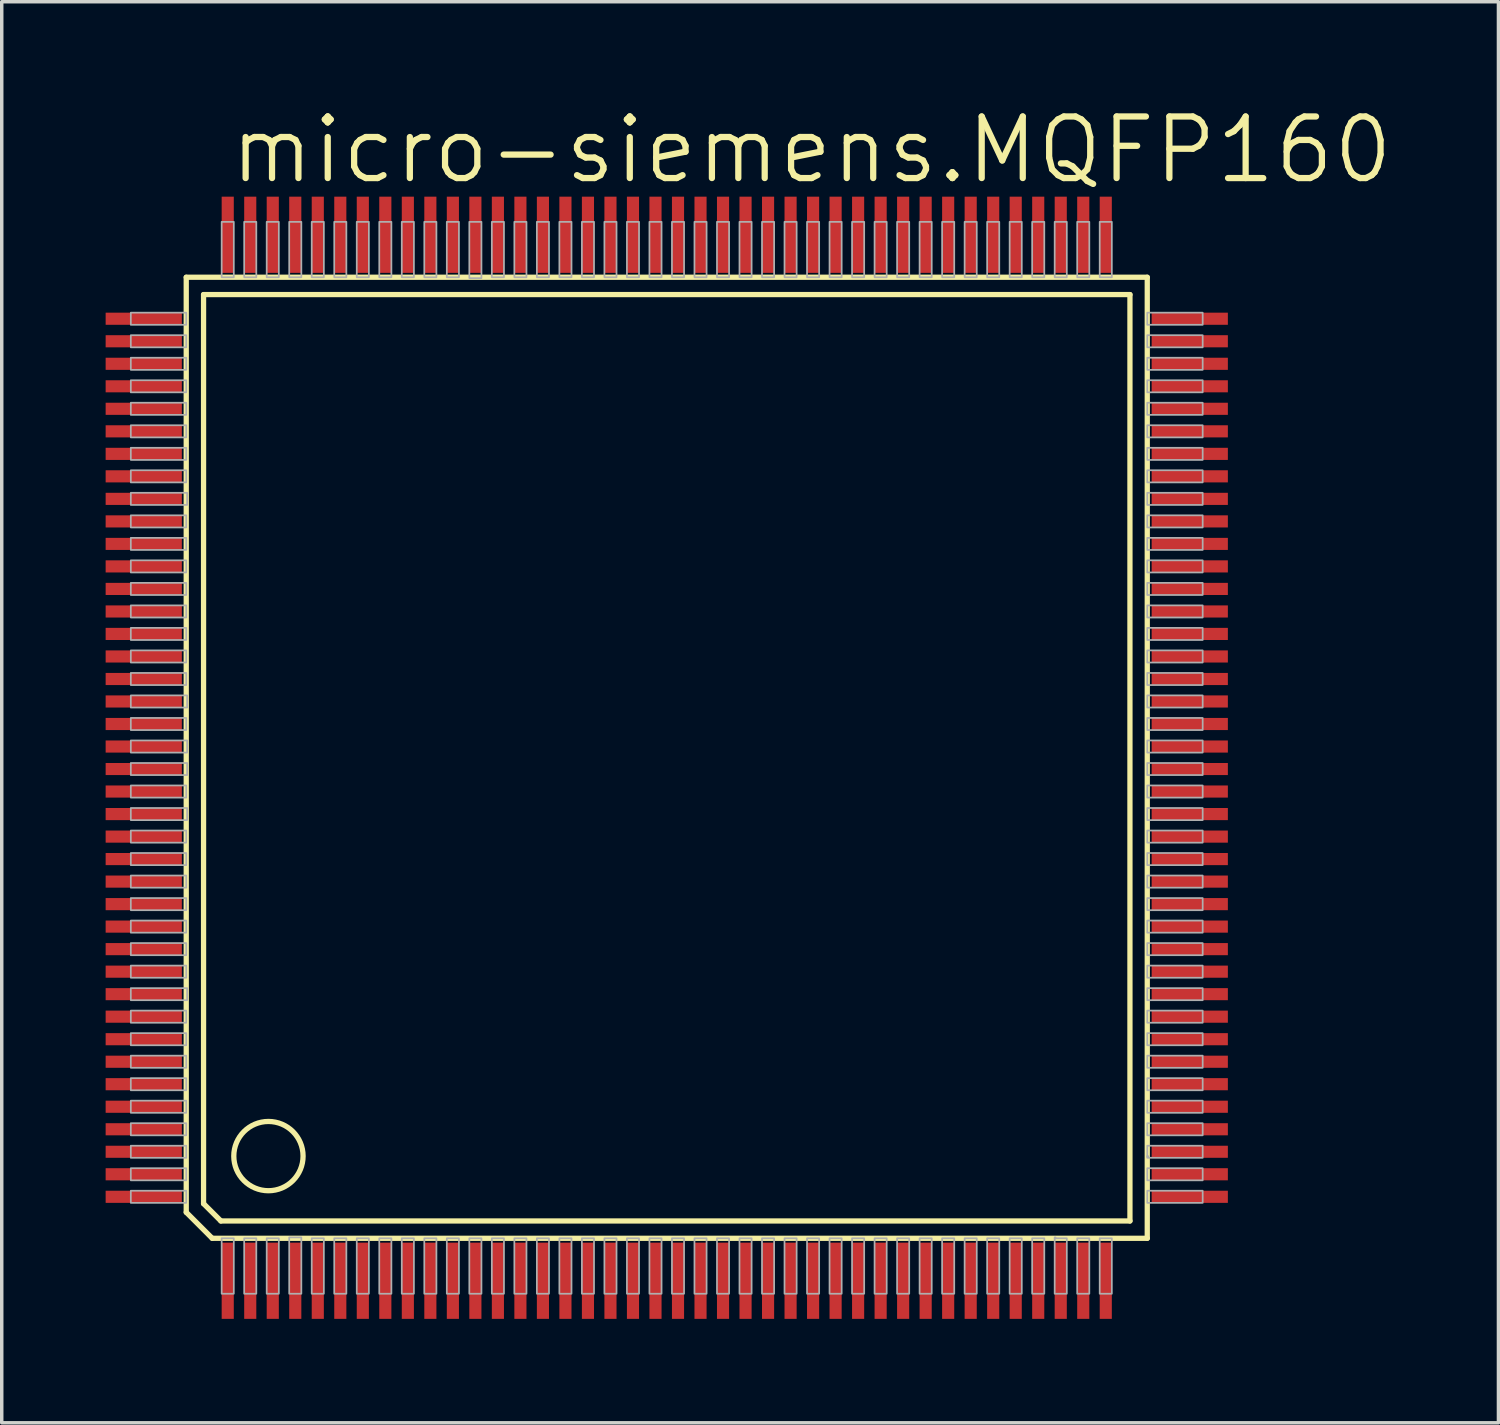
<source format=kicad_pcb>
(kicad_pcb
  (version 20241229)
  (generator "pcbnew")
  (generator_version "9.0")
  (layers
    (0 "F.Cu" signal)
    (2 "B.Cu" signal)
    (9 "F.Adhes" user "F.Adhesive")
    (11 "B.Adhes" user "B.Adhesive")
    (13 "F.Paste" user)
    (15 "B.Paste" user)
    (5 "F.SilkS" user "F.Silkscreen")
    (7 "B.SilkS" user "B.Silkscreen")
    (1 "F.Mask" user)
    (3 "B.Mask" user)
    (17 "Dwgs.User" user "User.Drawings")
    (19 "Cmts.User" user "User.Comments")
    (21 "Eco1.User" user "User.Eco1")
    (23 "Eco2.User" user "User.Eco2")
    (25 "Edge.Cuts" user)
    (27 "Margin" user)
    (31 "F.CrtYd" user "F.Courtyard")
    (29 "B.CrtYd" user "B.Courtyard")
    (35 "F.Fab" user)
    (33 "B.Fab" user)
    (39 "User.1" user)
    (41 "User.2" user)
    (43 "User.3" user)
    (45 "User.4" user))
  (footprint "micro-siemens.MQFP160"
    (layer "F.Cu")
    (at 16.2 18.828)
    (property "Reference" "micro-siemens.MQFP160" (at -12.7 -16.51 0) (layer "F.SilkS") (effects (font (size 1.778 1.778) (thickness 0.18)) (justify left bottom)))
    (attr smd)
    (fp_line (start -13.873 -13.873) (end -13.873 13.123) (stroke (width 0.152) (type default)) (layer "F.SilkS"))
    (fp_line (start -13.873 13.123) (end -13.123 13.873) (stroke (width 0.152) (type default)) (layer "F.SilkS"))
    (fp_line (start -13.373 -13.373) (end 13.373 -13.373) (stroke (width 0.152) (type default)) (layer "F.SilkS"))
    (fp_line (start -13.373 12.873) (end -13.373 -13.373) (stroke (width 0.152) (type default)) (layer "F.SilkS"))
    (fp_line (start -13.123 13.873) (end 13.873 13.873) (stroke (width 0.152) (type default)) (layer "F.SilkS"))
    (fp_line (start -12.873 13.373) (end -13.373 12.873) (stroke (width 0.152) (type default)) (layer "F.SilkS"))
    (fp_line (start 13.373 -13.373) (end 13.373 13.373) (stroke (width 0.152) (type default)) (layer "F.SilkS"))
    (fp_line (start 13.373 13.373) (end -12.873 13.373) (stroke (width 0.152) (type default)) (layer "F.SilkS"))
    (fp_line (start 13.873 -13.873) (end -13.873 -13.873) (stroke (width 0.152) (type default)) (layer "F.SilkS"))
    (fp_line (start 13.873 13.873) (end 13.873 -13.873) (stroke (width 0.152) (type default)) (layer "F.SilkS"))
    (fp_circle (center -11.5 11.5) (end -10.5 11.5) (stroke (width 0.152) (type default)) (fill no) (layer "F.SilkS"))
    (fp_rect (start -15.473 -12.5) (end -13.873 -12.85) (stroke (width 0.05) (type default)) (fill no) (layer "F.Fab"))
    (fp_rect (start -15.473 -11.85) (end -13.873 -12.2) (stroke (width 0.05) (type default)) (fill no) (layer "F.Fab"))
    (fp_rect (start -15.473 -11.2) (end -13.873 -11.55) (stroke (width 0.05) (type default)) (fill no) (layer "F.Fab"))
    (fp_rect (start -15.473 -10.55) (end -13.873 -10.9) (stroke (width 0.05) (type default)) (fill no) (layer "F.Fab"))
    (fp_rect (start -15.473 -9.9) (end -13.873 -10.25) (stroke (width 0.05) (type default)) (fill no) (layer "F.Fab"))
    (fp_rect (start -15.473 -9.25) (end -13.873 -9.6) (stroke (width 0.05) (type default)) (fill no) (layer "F.Fab"))
    (fp_rect (start -15.473 -8.6) (end -13.873 -8.95) (stroke (width 0.05) (type default)) (fill no) (layer "F.Fab"))
    (fp_rect (start -15.473 -7.95) (end -13.873 -8.3) (stroke (width 0.05) (type default)) (fill no) (layer "F.Fab"))
    (fp_rect (start -15.473 -7.3) (end -13.848 -7.65) (stroke (width 0.05) (type default)) (fill no) (layer "F.Fab"))
    (fp_rect (start -15.473 -6.65) (end -13.873 -7) (stroke (width 0.05) (type default)) (fill no) (layer "F.Fab"))
    (fp_rect (start -15.473 -6) (end -13.873 -6.35) (stroke (width 0.05) (type default)) (fill no) (layer "F.Fab"))
    (fp_rect (start -15.473 -5.35) (end -13.873 -5.7) (stroke (width 0.05) (type default)) (fill no) (layer "F.Fab"))
    (fp_rect (start -15.473 -4.7) (end -13.873 -5.05) (stroke (width 0.05) (type default)) (fill no) (layer "F.Fab"))
    (fp_rect (start -15.473 -4.05) (end -13.873 -4.4) (stroke (width 0.05) (type default)) (fill no) (layer "F.Fab"))
    (fp_rect (start -15.473 -3.4) (end -13.873 -3.75) (stroke (width 0.05) (type default)) (fill no) (layer "F.Fab"))
    (fp_rect (start -15.473 -2.75) (end -13.873 -3.1) (stroke (width 0.05) (type default)) (fill no) (layer "F.Fab"))
    (fp_rect (start -15.473 -2.1) (end -13.873 -2.45) (stroke (width 0.05) (type default)) (fill no) (layer "F.Fab"))
    (fp_rect (start -15.473 -1.45) (end -13.848 -1.8) (stroke (width 0.05) (type default)) (fill no) (layer "F.Fab"))
    (fp_rect (start -15.473 -0.8) (end -13.873 -1.15) (stroke (width 0.05) (type default)) (fill no) (layer "F.Fab"))
    (fp_rect (start -15.473 -0.15) (end -13.848 -0.5) (stroke (width 0.05) (type default)) (fill no) (layer "F.Fab"))
    (fp_rect (start -15.473 0.5) (end -13.848 0.15) (stroke (width 0.05) (type default)) (fill no) (layer "F.Fab"))
    (fp_rect (start -15.473 1.15) (end -13.873 0.8) (stroke (width 0.05) (type default)) (fill no) (layer "F.Fab"))
    (fp_rect (start -15.473 1.8) (end -13.848 1.45) (stroke (width 0.05) (type default)) (fill no) (layer "F.Fab"))
    (fp_rect (start -15.473 2.45) (end -13.873 2.1) (stroke (width 0.05) (type default)) (fill no) (layer "F.Fab"))
    (fp_rect (start -15.473 3.1) (end -13.873 2.75) (stroke (width 0.05) (type default)) (fill no) (layer "F.Fab"))
    (fp_rect (start -15.473 3.75) (end -13.873 3.4) (stroke (width 0.05) (type default)) (fill no) (layer "F.Fab"))
    (fp_rect (start -15.473 4.4) (end -13.873 4.05) (stroke (width 0.05) (type default)) (fill no) (layer "F.Fab"))
    (fp_rect (start -15.473 5.05) (end -13.873 4.7) (stroke (width 0.05) (type default)) (fill no) (layer "F.Fab"))
    (fp_rect (start -15.473 5.7) (end -13.873 5.35) (stroke (width 0.05) (type default)) (fill no) (layer "F.Fab"))
    (fp_rect (start -15.473 6.35) (end -13.873 6) (stroke (width 0.05) (type default)) (fill no) (layer "F.Fab"))
    (fp_rect (start -15.473 7) (end -13.848 6.65) (stroke (width 0.05) (type default)) (fill no) (layer "F.Fab"))
    (fp_rect (start -15.473 7.65) (end -13.873 7.3) (stroke (width 0.05) (type default)) (fill no) (layer "F.Fab"))
    (fp_rect (start -15.473 8.3) (end -13.873 7.95) (stroke (width 0.05) (type default)) (fill no) (layer "F.Fab"))
    (fp_rect (start -15.473 8.95) (end -13.873 8.6) (stroke (width 0.05) (type default)) (fill no) (layer "F.Fab"))
    (fp_rect (start -15.473 9.6) (end -13.873 9.25) (stroke (width 0.05) (type default)) (fill no) (layer "F.Fab"))
    (fp_rect (start -15.473 10.25) (end -13.873 9.9) (stroke (width 0.05) (type default)) (fill no) (layer "F.Fab"))
    (fp_rect (start -15.473 10.9) (end -13.873 10.55) (stroke (width 0.05) (type default)) (fill no) (layer "F.Fab"))
    (fp_rect (start -15.473 11.55) (end -13.873 11.2) (stroke (width 0.05) (type default)) (fill no) (layer "F.Fab"))
    (fp_rect (start -15.473 12.2) (end -13.873 11.85) (stroke (width 0.05) (type default)) (fill no) (layer "F.Fab"))
    (fp_rect (start -15.473 12.85) (end -13.873 12.5) (stroke (width 0.05) (type default)) (fill no) (layer "F.Fab"))
    (fp_rect (start -12.85 -13.873) (end -12.5 -15.473) (stroke (width 0.05) (type default)) (fill no) (layer "F.Fab"))
    (fp_rect (start -12.85 15.473) (end -12.5 13.873) (stroke (width 0.05) (type default)) (fill no) (layer "F.Fab"))
    (fp_rect (start -12.2 -13.873) (end -11.85 -15.473) (stroke (width 0.05) (type default)) (fill no) (layer "F.Fab"))
    (fp_rect (start -12.2 15.473) (end -11.85 13.873) (stroke (width 0.05) (type default)) (fill no) (layer "F.Fab"))
    (fp_rect (start -11.55 -13.873) (end -11.2 -15.473) (stroke (width 0.05) (type default)) (fill no) (layer "F.Fab"))
    (fp_rect (start -11.55 15.473) (end -11.2 13.873) (stroke (width 0.05) (type default)) (fill no) (layer "F.Fab"))
    (fp_rect (start -10.9 -13.873) (end -10.55 -15.473) (stroke (width 0.05) (type default)) (fill no) (layer "F.Fab"))
    (fp_rect (start -10.9 15.473) (end -10.55 13.848) (stroke (width 0.05) (type default)) (fill no) (layer "F.Fab"))
    (fp_rect (start -10.25 -13.873) (end -9.9 -15.473) (stroke (width 0.05) (type default)) (fill no) (layer "F.Fab"))
    (fp_rect (start -10.25 15.473) (end -9.9 13.873) (stroke (width 0.05) (type default)) (fill no) (layer "F.Fab"))
    (fp_rect (start -9.6 -13.873) (end -9.25 -15.473) (stroke (width 0.05) (type default)) (fill no) (layer "F.Fab"))
    (fp_rect (start -9.6 15.473) (end -9.25 13.873) (stroke (width 0.05) (type default)) (fill no) (layer "F.Fab"))
    (fp_rect (start -8.95 -13.873) (end -8.6 -15.473) (stroke (width 0.05) (type default)) (fill no) (layer "F.Fab"))
    (fp_rect (start -8.95 15.473) (end -8.6 13.873) (stroke (width 0.05) (type default)) (fill no) (layer "F.Fab"))
    (fp_rect (start -8.3 -13.873) (end -7.95 -15.473) (stroke (width 0.05) (type default)) (fill no) (layer "F.Fab"))
    (fp_rect (start -8.3 15.473) (end -7.95 13.873) (stroke (width 0.05) (type default)) (fill no) (layer "F.Fab"))
    (fp_rect (start -7.65 -13.873) (end -7.3 -15.473) (stroke (width 0.05) (type default)) (fill no) (layer "F.Fab"))
    (fp_rect (start -7.65 15.473) (end -7.3 13.873) (stroke (width 0.05) (type default)) (fill no) (layer "F.Fab"))
    (fp_rect (start -7 -13.873) (end -6.65 -15.473) (stroke (width 0.05) (type default)) (fill no) (layer "F.Fab"))
    (fp_rect (start -7 15.473) (end -6.65 13.873) (stroke (width 0.05) (type default)) (fill no) (layer "F.Fab"))
    (fp_rect (start -6.35 -13.873) (end -6 -15.473) (stroke (width 0.05) (type default)) (fill no) (layer "F.Fab"))
    (fp_rect (start -6.35 15.473) (end -6 13.873) (stroke (width 0.05) (type default)) (fill no) (layer "F.Fab"))
    (fp_rect (start -5.7 -13.848) (end -5.35 -15.473) (stroke (width 0.05) (type default)) (fill no) (layer "F.Fab"))
    (fp_rect (start -5.7 15.473) (end -5.35 13.873) (stroke (width 0.05) (type default)) (fill no) (layer "F.Fab"))
    (fp_rect (start -5.05 -13.873) (end -4.7 -15.473) (stroke (width 0.05) (type default)) (fill no) (layer "F.Fab"))
    (fp_rect (start -5.05 15.473) (end -4.7 13.873) (stroke (width 0.05) (type default)) (fill no) (layer "F.Fab"))
    (fp_rect (start -4.4 -13.873) (end -4.05 -15.473) (stroke (width 0.05) (type default)) (fill no) (layer "F.Fab"))
    (fp_rect (start -4.4 15.473) (end -4.05 13.873) (stroke (width 0.05) (type default)) (fill no) (layer "F.Fab"))
    (fp_rect (start -3.75 -13.873) (end -3.4 -15.473) (stroke (width 0.05) (type default)) (fill no) (layer "F.Fab"))
    (fp_rect (start -3.75 15.473) (end -3.4 13.873) (stroke (width 0.05) (type default)) (fill no) (layer "F.Fab"))
    (fp_rect (start -3.1 -13.873) (end -2.75 -15.473) (stroke (width 0.05) (type default)) (fill no) (layer "F.Fab"))
    (fp_rect (start -3.1 15.473) (end -2.75 13.873) (stroke (width 0.05) (type default)) (fill no) (layer "F.Fab"))
    (fp_rect (start -2.45 -13.873) (end -2.1 -15.473) (stroke (width 0.05) (type default)) (fill no) (layer "F.Fab"))
    (fp_rect (start -2.45 15.473) (end -2.1 13.873) (stroke (width 0.05) (type default)) (fill no) (layer "F.Fab"))
    (fp_rect (start -1.8 -13.873) (end -1.45 -15.473) (stroke (width 0.05) (type default)) (fill no) (layer "F.Fab"))
    (fp_rect (start -1.8 15.473) (end -1.45 13.873) (stroke (width 0.05) (type default)) (fill no) (layer "F.Fab"))
    (fp_rect (start -1.15 -13.873) (end -0.8 -15.473) (stroke (width 0.05) (type default)) (fill no) (layer "F.Fab"))
    (fp_rect (start -1.15 15.473) (end -0.8 13.873) (stroke (width 0.05) (type default)) (fill no) (layer "F.Fab"))
    (fp_rect (start -0.5 -13.873) (end -0.15 -15.473) (stroke (width 0.05) (type default)) (fill no) (layer "F.Fab"))
    (fp_rect (start -0.5 15.473) (end -0.15 13.873) (stroke (width 0.05) (type default)) (fill no) (layer "F.Fab"))
    (fp_rect (start 0.15 -13.873) (end 0.5 -15.473) (stroke (width 0.05) (type default)) (fill no) (layer "F.Fab"))
    (fp_rect (start 0.15 15.473) (end 0.5 13.873) (stroke (width 0.05) (type default)) (fill no) (layer "F.Fab"))
    (fp_rect (start 0.8 -13.873) (end 1.15 -15.473) (stroke (width 0.05) (type default)) (fill no) (layer "F.Fab"))
    (fp_rect (start 0.8 15.473) (end 1.15 13.873) (stroke (width 0.05) (type default)) (fill no) (layer "F.Fab"))
    (fp_rect (start 1.45 -13.873) (end 1.8 -15.473) (stroke (width 0.05) (type default)) (fill no) (layer "F.Fab"))
    (fp_rect (start 1.45 15.473) (end 1.8 13.873) (stroke (width 0.05) (type default)) (fill no) (layer "F.Fab"))
    (fp_rect (start 2.1 -13.873) (end 2.45 -15.473) (stroke (width 0.05) (type default)) (fill no) (layer "F.Fab"))
    (fp_rect (start 2.1 15.473) (end 2.45 13.873) (stroke (width 0.05) (type default)) (fill no) (layer "F.Fab"))
    (fp_rect (start 2.75 -13.873) (end 3.1 -15.473) (stroke (width 0.05) (type default)) (fill no) (layer "F.Fab"))
    (fp_rect (start 2.75 15.473) (end 3.1 13.873) (stroke (width 0.05) (type default)) (fill no) (layer "F.Fab"))
    (fp_rect (start 3.4 -13.873) (end 3.75 -15.473) (stroke (width 0.05) (type default)) (fill no) (layer "F.Fab"))
    (fp_rect (start 3.4 15.473) (end 3.75 13.873) (stroke (width 0.05) (type default)) (fill no) (layer "F.Fab"))
    (fp_rect (start 4.05 -13.873) (end 4.4 -15.473) (stroke (width 0.05) (type default)) (fill no) (layer "F.Fab"))
    (fp_rect (start 4.05 15.473) (end 4.4 13.873) (stroke (width 0.05) (type default)) (fill no) (layer "F.Fab"))
    (fp_rect (start 4.7 -13.873) (end 5.05 -15.473) (stroke (width 0.05) (type default)) (fill no) (layer "F.Fab"))
    (fp_rect (start 4.7 15.473) (end 5.05 13.873) (stroke (width 0.05) (type default)) (fill no) (layer "F.Fab"))
    (fp_rect (start 5.35 -13.873) (end 5.7 -15.473) (stroke (width 0.05) (type default)) (fill no) (layer "F.Fab"))
    (fp_rect (start 5.35 15.473) (end 5.7 13.873) (stroke (width 0.05) (type default)) (fill no) (layer "F.Fab"))
    (fp_rect (start 6 -13.873) (end 6.35 -15.473) (stroke (width 0.05) (type default)) (fill no) (layer "F.Fab"))
    (fp_rect (start 6 15.473) (end 6.35 13.873) (stroke (width 0.05) (type default)) (fill no) (layer "F.Fab"))
    (fp_rect (start 6.65 -13.873) (end 7 -15.473) (stroke (width 0.05) (type default)) (fill no) (layer "F.Fab"))
    (fp_rect (start 6.65 15.473) (end 7 13.873) (stroke (width 0.05) (type default)) (fill no) (layer "F.Fab"))
    (fp_rect (start 7.3 -13.873) (end 7.65 -15.473) (stroke (width 0.05) (type default)) (fill no) (layer "F.Fab"))
    (fp_rect (start 7.3 15.473) (end 7.65 13.873) (stroke (width 0.05) (type default)) (fill no) (layer "F.Fab"))
    (fp_rect (start 7.95 -13.873) (end 8.3 -15.473) (stroke (width 0.05) (type default)) (fill no) (layer "F.Fab"))
    (fp_rect (start 7.95 15.473) (end 8.3 13.873) (stroke (width 0.05) (type default)) (fill no) (layer "F.Fab"))
    (fp_rect (start 8.6 -13.873) (end 8.95 -15.473) (stroke (width 0.05) (type default)) (fill no) (layer "F.Fab"))
    (fp_rect (start 8.6 15.473) (end 8.95 13.873) (stroke (width 0.05) (type default)) (fill no) (layer "F.Fab"))
    (fp_rect (start 9.25 -13.873) (end 9.6 -15.473) (stroke (width 0.05) (type default)) (fill no) (layer "F.Fab"))
    (fp_rect (start 9.25 15.473) (end 9.6 13.873) (stroke (width 0.05) (type default)) (fill no) (layer "F.Fab"))
    (fp_rect (start 9.9 -13.873) (end 10.25 -15.473) (stroke (width 0.05) (type default)) (fill no) (layer "F.Fab"))
    (fp_rect (start 9.9 15.473) (end 10.25 13.873) (stroke (width 0.05) (type default)) (fill no) (layer "F.Fab"))
    (fp_rect (start 10.55 -13.873) (end 10.9 -15.473) (stroke (width 0.05) (type default)) (fill no) (layer "F.Fab"))
    (fp_rect (start 10.55 15.473) (end 10.9 13.873) (stroke (width 0.05) (type default)) (fill no) (layer "F.Fab"))
    (fp_rect (start 11.2 -13.873) (end 11.55 -15.473) (stroke (width 0.05) (type default)) (fill no) (layer "F.Fab"))
    (fp_rect (start 11.2 13.873) (end 11.225 13.848) (stroke (width 0.05) (type default)) (fill no) (layer "F.Fab"))
    (fp_rect (start 11.2 15.473) (end 11.55 13.873) (stroke (width 0.05) (type default)) (fill no) (layer "F.Fab"))
    (fp_rect (start 11.85 -13.873) (end 12.2 -15.473) (stroke (width 0.05) (type default)) (fill no) (layer "F.Fab"))
    (fp_rect (start 11.85 15.473) (end 12.2 13.873) (stroke (width 0.05) (type default)) (fill no) (layer "F.Fab"))
    (fp_rect (start 12.5 -13.873) (end 12.85 -15.473) (stroke (width 0.05) (type default)) (fill no) (layer "F.Fab"))
    (fp_rect (start 12.5 15.473) (end 12.85 13.873) (stroke (width 0.05) (type default)) (fill no) (layer "F.Fab"))
    (fp_rect (start 13.873 -12.5) (end 15.473 -12.85) (stroke (width 0.05) (type default)) (fill no) (layer "F.Fab"))
    (fp_rect (start 13.873 -11.85) (end 15.473 -12.2) (stroke (width 0.05) (type default)) (fill no) (layer "F.Fab"))
    (fp_rect (start 13.873 -11.2) (end 15.473 -11.55) (stroke (width 0.05) (type default)) (fill no) (layer "F.Fab"))
    (fp_rect (start 13.873 -10.55) (end 15.473 -10.9) (stroke (width 0.05) (type default)) (fill no) (layer "F.Fab"))
    (fp_rect (start 13.873 -9.9) (end 15.473 -10.25) (stroke (width 0.05) (type default)) (fill no) (layer "F.Fab"))
    (fp_rect (start 13.873 -9.25) (end 15.473 -9.6) (stroke (width 0.05) (type default)) (fill no) (layer "F.Fab"))
    (fp_rect (start 13.873 -8.6) (end 15.473 -8.95) (stroke (width 0.05) (type default)) (fill no) (layer "F.Fab"))
    (fp_rect (start 13.873 -7.95) (end 15.473 -8.3) (stroke (width 0.05) (type default)) (fill no) (layer "F.Fab"))
    (fp_rect (start 13.873 -7.3) (end 15.473 -7.65) (stroke (width 0.05) (type default)) (fill no) (layer "F.Fab"))
    (fp_rect (start 13.873 -6.65) (end 15.473 -7) (stroke (width 0.05) (type default)) (fill no) (layer "F.Fab"))
    (fp_rect (start 13.873 -6) (end 15.473 -6.35) (stroke (width 0.05) (type default)) (fill no) (layer "F.Fab"))
    (fp_rect (start 13.873 -5.35) (end 15.473 -5.7) (stroke (width 0.05) (type default)) (fill no) (layer "F.Fab"))
    (fp_rect (start 13.873 -4.7) (end 15.473 -5.05) (stroke (width 0.05) (type default)) (fill no) (layer "F.Fab"))
    (fp_rect (start 13.873 -4.05) (end 15.473 -4.4) (stroke (width 0.05) (type default)) (fill no) (layer "F.Fab"))
    (fp_rect (start 13.873 -3.4) (end 15.473 -3.75) (stroke (width 0.05) (type default)) (fill no) (layer "F.Fab"))
    (fp_rect (start 13.873 -2.75) (end 15.473 -3.1) (stroke (width 0.05) (type default)) (fill no) (layer "F.Fab"))
    (fp_rect (start 13.873 -2.1) (end 15.473 -2.45) (stroke (width 0.05) (type default)) (fill no) (layer "F.Fab"))
    (fp_rect (start 13.873 -1.45) (end 15.473 -1.8) (stroke (width 0.05) (type default)) (fill no) (layer "F.Fab"))
    (fp_rect (start 13.873 -0.8) (end 15.473 -1.15) (stroke (width 0.05) (type default)) (fill no) (layer "F.Fab"))
    (fp_rect (start 13.873 -0.15) (end 15.473 -0.5) (stroke (width 0.05) (type default)) (fill no) (layer "F.Fab"))
    (fp_rect (start 13.873 0.5) (end 15.473 0.15) (stroke (width 0.05) (type default)) (fill no) (layer "F.Fab"))
    (fp_rect (start 13.873 1.15) (end 15.473 0.8) (stroke (width 0.05) (type default)) (fill no) (layer "F.Fab"))
    (fp_rect (start 13.873 1.8) (end 15.473 1.45) (stroke (width 0.05) (type default)) (fill no) (layer "F.Fab"))
    (fp_rect (start 13.873 2.45) (end 15.473 2.1) (stroke (width 0.05) (type default)) (fill no) (layer "F.Fab"))
    (fp_rect (start 13.873 3.1) (end 15.473 2.75) (stroke (width 0.05) (type default)) (fill no) (layer "F.Fab"))
    (fp_rect (start 13.873 3.75) (end 15.473 3.4) (stroke (width 0.05) (type default)) (fill no) (layer "F.Fab"))
    (fp_rect (start 13.873 4.4) (end 15.473 4.05) (stroke (width 0.05) (type default)) (fill no) (layer "F.Fab"))
    (fp_rect (start 13.873 5.05) (end 15.473 4.7) (stroke (width 0.05) (type default)) (fill no) (layer "F.Fab"))
    (fp_rect (start 13.873 5.7) (end 15.473 5.35) (stroke (width 0.05) (type default)) (fill no) (layer "F.Fab"))
    (fp_rect (start 13.873 6.35) (end 15.473 6) (stroke (width 0.05) (type default)) (fill no) (layer "F.Fab"))
    (fp_rect (start 13.873 7) (end 15.473 6.65) (stroke (width 0.05) (type default)) (fill no) (layer "F.Fab"))
    (fp_rect (start 13.873 7.65) (end 15.473 7.3) (stroke (width 0.05) (type default)) (fill no) (layer "F.Fab"))
    (fp_rect (start 13.873 8.3) (end 15.473 7.95) (stroke (width 0.05) (type default)) (fill no) (layer "F.Fab"))
    (fp_rect (start 13.873 8.95) (end 15.473 8.6) (stroke (width 0.05) (type default)) (fill no) (layer "F.Fab"))
    (fp_rect (start 13.873 9.6) (end 15.473 9.25) (stroke (width 0.05) (type default)) (fill no) (layer "F.Fab"))
    (fp_rect (start 13.873 10.25) (end 15.473 9.9) (stroke (width 0.05) (type default)) (fill no) (layer "F.Fab"))
    (fp_rect (start 13.873 10.9) (end 15.473 10.55) (stroke (width 0.05) (type default)) (fill no) (layer "F.Fab"))
    (fp_rect (start 13.873 11.525) (end 13.898 11.5) (stroke (width 0.05) (type default)) (fill no) (layer "F.Fab"))
    (fp_rect (start 13.873 11.55) (end 15.473 11.2) (stroke (width 0.05) (type default)) (fill no) (layer "F.Fab"))
    (fp_rect (start 13.873 12.2) (end 15.473 11.85) (stroke (width 0.05) (type default)) (fill no) (layer "F.Fab"))
    (fp_rect (start 13.873 12.85) (end 15.473 12.5) (stroke (width 0.05) (type default)) (fill no) (layer "F.Fab"))
    (pad "1" smd roundrect (at -12.675 15.1) (size 0.35 2.2) (layers "F.Cu" "F.Mask" "F.Paste") (roundrect_rratio 0.01))
    (pad "2" smd roundrect (at -12.025 15.1) (size 0.35 2.2) (layers "F.Cu" "F.Mask" "F.Paste") (roundrect_rratio 0.01))
    (pad "3" smd roundrect (at -11.375 15.1) (size 0.35 2.2) (layers "F.Cu" "F.Mask" "F.Paste") (roundrect_rratio 0.01))
    (pad "4" smd roundrect (at -10.725 15.1) (size 0.35 2.2) (layers "F.Cu" "F.Mask" "F.Paste") (roundrect_rratio 0.01))
    (pad "5" smd roundrect (at -10.075 15.1) (size 0.35 2.2) (layers "F.Cu" "F.Mask" "F.Paste") (roundrect_rratio 0.01))
    (pad "6" smd roundrect (at -9.425 15.1) (size 0.35 2.2) (layers "F.Cu" "F.Mask" "F.Paste") (roundrect_rratio 0.01))
    (pad "7" smd roundrect (at -8.775 15.1) (size 0.35 2.2) (layers "F.Cu" "F.Mask" "F.Paste") (roundrect_rratio 0.01))
    (pad "8" smd roundrect (at -8.125 15.1) (size 0.35 2.2) (layers "F.Cu" "F.Mask" "F.Paste") (roundrect_rratio 0.01))
    (pad "9" smd roundrect (at -7.475 15.1) (size 0.35 2.2) (layers "F.Cu" "F.Mask" "F.Paste") (roundrect_rratio 0.01))
    (pad "10" smd roundrect (at -6.825 15.1) (size 0.35 2.2) (layers "F.Cu" "F.Mask" "F.Paste") (roundrect_rratio 0.01))
    (pad "11" smd roundrect (at -6.175 15.1) (size 0.35 2.2) (layers "F.Cu" "F.Mask" "F.Paste") (roundrect_rratio 0.01))
    (pad "12" smd roundrect (at -5.525 15.1) (size 0.35 2.2) (layers "F.Cu" "F.Mask" "F.Paste") (roundrect_rratio 0.01))
    (pad "13" smd roundrect (at -4.875 15.1) (size 0.35 2.2) (layers "F.Cu" "F.Mask" "F.Paste") (roundrect_rratio 0.01))
    (pad "14" smd roundrect (at -4.225 15.1) (size 0.35 2.2) (layers "F.Cu" "F.Mask" "F.Paste") (roundrect_rratio 0.01))
    (pad "15" smd roundrect (at -3.575 15.1) (size 0.35 2.2) (layers "F.Cu" "F.Mask" "F.Paste") (roundrect_rratio 0.01))
    (pad "16" smd roundrect (at -2.925 15.1) (size 0.35 2.2) (layers "F.Cu" "F.Mask" "F.Paste") (roundrect_rratio 0.01))
    (pad "17" smd roundrect (at -2.275 15.1) (size 0.35 2.2) (layers "F.Cu" "F.Mask" "F.Paste") (roundrect_rratio 0.01))
    (pad "18" smd roundrect (at -1.625 15.1) (size 0.35 2.2) (layers "F.Cu" "F.Mask" "F.Paste") (roundrect_rratio 0.01))
    (pad "19" smd roundrect (at -0.975 15.1) (size 0.35 2.2) (layers "F.Cu" "F.Mask" "F.Paste") (roundrect_rratio 0.01))
    (pad "20" smd roundrect (at -0.325 15.1) (size 0.35 2.2) (layers "F.Cu" "F.Mask" "F.Paste") (roundrect_rratio 0.01))
    (pad "21" smd roundrect (at 0.325 15.1) (size 0.35 2.2) (layers "F.Cu" "F.Mask" "F.Paste") (roundrect_rratio 0.01))
    (pad "22" smd roundrect (at 0.975 15.1) (size 0.35 2.2) (layers "F.Cu" "F.Mask" "F.Paste") (roundrect_rratio 0.01))
    (pad "23" smd roundrect (at 1.625 15.1) (size 0.35 2.2) (layers "F.Cu" "F.Mask" "F.Paste") (roundrect_rratio 0.01))
    (pad "24" smd roundrect (at 2.275 15.1) (size 0.35 2.2) (layers "F.Cu" "F.Mask" "F.Paste") (roundrect_rratio 0.01))
    (pad "25" smd roundrect (at 2.925 15.1) (size 0.35 2.2) (layers "F.Cu" "F.Mask" "F.Paste") (roundrect_rratio 0.01))
    (pad "26" smd roundrect (at 3.575 15.1) (size 0.35 2.2) (layers "F.Cu" "F.Mask" "F.Paste") (roundrect_rratio 0.01))
    (pad "27" smd roundrect (at 4.225 15.1) (size 0.35 2.2) (layers "F.Cu" "F.Mask" "F.Paste") (roundrect_rratio 0.01))
    (pad "28" smd roundrect (at 4.875 15.1) (size 0.35 2.2) (layers "F.Cu" "F.Mask" "F.Paste") (roundrect_rratio 0.01))
    (pad "29" smd roundrect (at 5.525 15.1) (size 0.35 2.2) (layers "F.Cu" "F.Mask" "F.Paste") (roundrect_rratio 0.01))
    (pad "30" smd roundrect (at 6.175 15.1) (size 0.35 2.2) (layers "F.Cu" "F.Mask" "F.Paste") (roundrect_rratio 0.01))
    (pad "31" smd roundrect (at 6.825 15.1) (size 0.35 2.2) (layers "F.Cu" "F.Mask" "F.Paste") (roundrect_rratio 0.01))
    (pad "32" smd roundrect (at 7.475 15.1) (size 0.35 2.2) (layers "F.Cu" "F.Mask" "F.Paste") (roundrect_rratio 0.01))
    (pad "33" smd roundrect (at 8.125 15.1) (size 0.35 2.2) (layers "F.Cu" "F.Mask" "F.Paste") (roundrect_rratio 0.01))
    (pad "34" smd roundrect (at 8.775 15.1) (size 0.35 2.2) (layers "F.Cu" "F.Mask" "F.Paste") (roundrect_rratio 0.01))
    (pad "35" smd roundrect (at 9.425 15.1) (size 0.35 2.2) (layers "F.Cu" "F.Mask" "F.Paste") (roundrect_rratio 0.01))
    (pad "36" smd roundrect (at 10.075 15.1) (size 0.35 2.2) (layers "F.Cu" "F.Mask" "F.Paste") (roundrect_rratio 0.01))
    (pad "37" smd roundrect (at 10.725 15.1) (size 0.35 2.2) (layers "F.Cu" "F.Mask" "F.Paste") (roundrect_rratio 0.01))
    (pad "38" smd roundrect (at 11.375 15.1) (size 0.35 2.2) (layers "F.Cu" "F.Mask" "F.Paste") (roundrect_rratio 0.01))
    (pad "39" smd roundrect (at 12.025 15.1) (size 0.35 2.2) (layers "F.Cu" "F.Mask" "F.Paste") (roundrect_rratio 0.01))
    (pad "40" smd roundrect (at 12.675 15.1) (size 0.35 2.2) (layers "F.Cu" "F.Mask" "F.Paste") (roundrect_rratio 0.01))
    (pad "41" smd roundrect (at 15.1 12.675) (size 2.2 0.35) (layers "F.Cu" "F.Mask" "F.Paste") (roundrect_rratio 0.01))
    (pad "42" smd roundrect (at 15.1 12.025) (size 2.2 0.35) (layers "F.Cu" "F.Mask" "F.Paste") (roundrect_rratio 0.01))
    (pad "43" smd roundrect (at 15.1 11.375) (size 2.2 0.35) (layers "F.Cu" "F.Mask" "F.Paste") (roundrect_rratio 0.01))
    (pad "44" smd roundrect (at 15.1 10.725) (size 2.2 0.35) (layers "F.Cu" "F.Mask" "F.Paste") (roundrect_rratio 0.01))
    (pad "45" smd roundrect (at 15.1 10.075) (size 2.2 0.35) (layers "F.Cu" "F.Mask" "F.Paste") (roundrect_rratio 0.01))
    (pad "46" smd roundrect (at 15.1 9.425) (size 2.2 0.35) (layers "F.Cu" "F.Mask" "F.Paste") (roundrect_rratio 0.01))
    (pad "47" smd roundrect (at 15.1 8.775) (size 2.2 0.35) (layers "F.Cu" "F.Mask" "F.Paste") (roundrect_rratio 0.01))
    (pad "48" smd roundrect (at 15.1 8.125) (size 2.2 0.35) (layers "F.Cu" "F.Mask" "F.Paste") (roundrect_rratio 0.01))
    (pad "49" smd roundrect (at 15.1 7.475) (size 2.2 0.35) (layers "F.Cu" "F.Mask" "F.Paste") (roundrect_rratio 0.01))
    (pad "50" smd roundrect (at 15.1 6.825) (size 2.2 0.35) (layers "F.Cu" "F.Mask" "F.Paste") (roundrect_rratio 0.01))
    (pad "51" smd roundrect (at 15.1 6.175) (size 2.2 0.35) (layers "F.Cu" "F.Mask" "F.Paste") (roundrect_rratio 0.01))
    (pad "52" smd roundrect (at 15.1 5.525) (size 2.2 0.35) (layers "F.Cu" "F.Mask" "F.Paste") (roundrect_rratio 0.01))
    (pad "53" smd roundrect (at 15.1 4.875) (size 2.2 0.35) (layers "F.Cu" "F.Mask" "F.Paste") (roundrect_rratio 0.01))
    (pad "54" smd roundrect (at 15.1 4.225) (size 2.2 0.35) (layers "F.Cu" "F.Mask" "F.Paste") (roundrect_rratio 0.01))
    (pad "55" smd roundrect (at 15.1 3.575) (size 2.2 0.35) (layers "F.Cu" "F.Mask" "F.Paste") (roundrect_rratio 0.01))
    (pad "56" smd roundrect (at 15.1 2.925) (size 2.2 0.35) (layers "F.Cu" "F.Mask" "F.Paste") (roundrect_rratio 0.01))
    (pad "57" smd roundrect (at 15.1 2.275) (size 2.2 0.35) (layers "F.Cu" "F.Mask" "F.Paste") (roundrect_rratio 0.01))
    (pad "58" smd roundrect (at 15.1 1.625) (size 2.2 0.35) (layers "F.Cu" "F.Mask" "F.Paste") (roundrect_rratio 0.01))
    (pad "59" smd roundrect (at 15.1 0.975) (size 2.2 0.35) (layers "F.Cu" "F.Mask" "F.Paste") (roundrect_rratio 0.01))
    (pad "60" smd roundrect (at 15.1 0.325) (size 2.2 0.35) (layers "F.Cu" "F.Mask" "F.Paste") (roundrect_rratio 0.01))
    (pad "61" smd roundrect (at 15.1 -0.325) (size 2.2 0.35) (layers "F.Cu" "F.Mask" "F.Paste") (roundrect_rratio 0.01))
    (pad "62" smd roundrect (at 15.1 -0.975) (size 2.2 0.35) (layers "F.Cu" "F.Mask" "F.Paste") (roundrect_rratio 0.01))
    (pad "63" smd roundrect (at 15.1 -1.625) (size 2.2 0.35) (layers "F.Cu" "F.Mask" "F.Paste") (roundrect_rratio 0.01))
    (pad "64" smd roundrect (at 15.1 -2.275) (size 2.2 0.35) (layers "F.Cu" "F.Mask" "F.Paste") (roundrect_rratio 0.01))
    (pad "65" smd roundrect (at 15.1 -2.925) (size 2.2 0.35) (layers "F.Cu" "F.Mask" "F.Paste") (roundrect_rratio 0.01))
    (pad "66" smd roundrect (at 15.1 -3.575) (size 2.2 0.35) (layers "F.Cu" "F.Mask" "F.Paste") (roundrect_rratio 0.01))
    (pad "67" smd roundrect (at 15.1 -4.225) (size 2.2 0.35) (layers "F.Cu" "F.Mask" "F.Paste") (roundrect_rratio 0.01))
    (pad "68" smd roundrect (at 15.1 -4.875) (size 2.2 0.35) (layers "F.Cu" "F.Mask" "F.Paste") (roundrect_rratio 0.01))
    (pad "69" smd roundrect (at 15.1 -5.525) (size 2.2 0.35) (layers "F.Cu" "F.Mask" "F.Paste") (roundrect_rratio 0.01))
    (pad "70" smd roundrect (at 15.1 -6.175) (size 2.2 0.35) (layers "F.Cu" "F.Mask" "F.Paste") (roundrect_rratio 0.01))
    (pad "71" smd roundrect (at 15.1 -6.825) (size 2.2 0.35) (layers "F.Cu" "F.Mask" "F.Paste") (roundrect_rratio 0.01))
    (pad "72" smd roundrect (at 15.1 -7.475) (size 2.2 0.35) (layers "F.Cu" "F.Mask" "F.Paste") (roundrect_rratio 0.01))
    (pad "73" smd roundrect (at 15.1 -8.125) (size 2.2 0.35) (layers "F.Cu" "F.Mask" "F.Paste") (roundrect_rratio 0.01))
    (pad "74" smd roundrect (at 15.1 -8.775) (size 2.2 0.35) (layers "F.Cu" "F.Mask" "F.Paste") (roundrect_rratio 0.01))
    (pad "75" smd roundrect (at 15.1 -9.425) (size 2.2 0.35) (layers "F.Cu" "F.Mask" "F.Paste") (roundrect_rratio 0.01))
    (pad "76" smd roundrect (at 15.1 -10.075) (size 2.2 0.35) (layers "F.Cu" "F.Mask" "F.Paste") (roundrect_rratio 0.01))
    (pad "77" smd roundrect (at 15.1 -10.725) (size 2.2 0.35) (layers "F.Cu" "F.Mask" "F.Paste") (roundrect_rratio 0.01))
    (pad "78" smd roundrect (at 15.1 -11.375) (size 2.2 0.35) (layers "F.Cu" "F.Mask" "F.Paste") (roundrect_rratio 0.01))
    (pad "79" smd roundrect (at 15.1 -12.025) (size 2.2 0.35) (layers "F.Cu" "F.Mask" "F.Paste") (roundrect_rratio 0.01))
    (pad "80" smd roundrect (at 15.1 -12.675) (size 2.2 0.35) (layers "F.Cu" "F.Mask" "F.Paste") (roundrect_rratio 0.01))
    (pad "81" smd roundrect (at 12.675 -15.1) (size 0.35 2.2) (layers "F.Cu" "F.Mask" "F.Paste") (roundrect_rratio 0.01))
    (pad "82" smd roundrect (at 12.025 -15.1) (size 0.35 2.2) (layers "F.Cu" "F.Mask" "F.Paste") (roundrect_rratio 0.01))
    (pad "83" smd roundrect (at 11.375 -15.1) (size 0.35 2.2) (layers "F.Cu" "F.Mask" "F.Paste") (roundrect_rratio 0.01))
    (pad "84" smd roundrect (at 10.725 -15.1) (size 0.35 2.2) (layers "F.Cu" "F.Mask" "F.Paste") (roundrect_rratio 0.01))
    (pad "85" smd roundrect (at 10.075 -15.1) (size 0.35 2.2) (layers "F.Cu" "F.Mask" "F.Paste") (roundrect_rratio 0.01))
    (pad "86" smd roundrect (at 9.425 -15.1) (size 0.35 2.2) (layers "F.Cu" "F.Mask" "F.Paste") (roundrect_rratio 0.01))
    (pad "87" smd roundrect (at 8.775 -15.1) (size 0.35 2.2) (layers "F.Cu" "F.Mask" "F.Paste") (roundrect_rratio 0.01))
    (pad "88" smd roundrect (at 8.125 -15.1) (size 0.35 2.2) (layers "F.Cu" "F.Mask" "F.Paste") (roundrect_rratio 0.01))
    (pad "89" smd roundrect (at 7.475 -15.1) (size 0.35 2.2) (layers "F.Cu" "F.Mask" "F.Paste") (roundrect_rratio 0.01))
    (pad "90" smd roundrect (at 6.825 -15.1) (size 0.35 2.2) (layers "F.Cu" "F.Mask" "F.Paste") (roundrect_rratio 0.01))
    (pad "91" smd roundrect (at 6.175 -15.1) (size 0.35 2.2) (layers "F.Cu" "F.Mask" "F.Paste") (roundrect_rratio 0.01))
    (pad "92" smd roundrect (at 5.525 -15.1) (size 0.35 2.2) (layers "F.Cu" "F.Mask" "F.Paste") (roundrect_rratio 0.01))
    (pad "93" smd roundrect (at 4.875 -15.1) (size 0.35 2.2) (layers "F.Cu" "F.Mask" "F.Paste") (roundrect_rratio 0.01))
    (pad "94" smd roundrect (at 4.225 -15.1) (size 0.35 2.2) (layers "F.Cu" "F.Mask" "F.Paste") (roundrect_rratio 0.01))
    (pad "95" smd roundrect (at 3.575 -15.1) (size 0.35 2.2) (layers "F.Cu" "F.Mask" "F.Paste") (roundrect_rratio 0.01))
    (pad "96" smd roundrect (at 2.925 -15.1) (size 0.35 2.2) (layers "F.Cu" "F.Mask" "F.Paste") (roundrect_rratio 0.01))
    (pad "97" smd roundrect (at 2.275 -15.1) (size 0.35 2.2) (layers "F.Cu" "F.Mask" "F.Paste") (roundrect_rratio 0.01))
    (pad "98" smd roundrect (at 1.625 -15.1) (size 0.35 2.2) (layers "F.Cu" "F.Mask" "F.Paste") (roundrect_rratio 0.01))
    (pad "99" smd roundrect (at 0.975 -15.1) (size 0.35 2.2) (layers "F.Cu" "F.Mask" "F.Paste") (roundrect_rratio 0.01))
    (pad "100" smd roundrect (at 0.325 -15.1) (size 0.35 2.2) (layers "F.Cu" "F.Mask" "F.Paste") (roundrect_rratio 0.01))
    (pad "101" smd roundrect (at -0.325 -15.1) (size 0.35 2.2) (layers "F.Cu" "F.Mask" "F.Paste") (roundrect_rratio 0.01))
    (pad "102" smd roundrect (at -0.975 -15.1) (size 0.35 2.2) (layers "F.Cu" "F.Mask" "F.Paste") (roundrect_rratio 0.01))
    (pad "103" smd roundrect (at -1.625 -15.1) (size 0.35 2.2) (layers "F.Cu" "F.Mask" "F.Paste") (roundrect_rratio 0.01))
    (pad "104" smd roundrect (at -2.275 -15.1) (size 0.35 2.2) (layers "F.Cu" "F.Mask" "F.Paste") (roundrect_rratio 0.01))
    (pad "105" smd roundrect (at -2.925 -15.1) (size 0.35 2.2) (layers "F.Cu" "F.Mask" "F.Paste") (roundrect_rratio 0.01))
    (pad "106" smd roundrect (at -3.575 -15.1) (size 0.35 2.2) (layers "F.Cu" "F.Mask" "F.Paste") (roundrect_rratio 0.01))
    (pad "107" smd roundrect (at -4.225 -15.1) (size 0.35 2.2) (layers "F.Cu" "F.Mask" "F.Paste") (roundrect_rratio 0.01))
    (pad "108" smd roundrect (at -4.875 -15.1) (size 0.35 2.2) (layers "F.Cu" "F.Mask" "F.Paste") (roundrect_rratio 0.01))
    (pad "109" smd roundrect (at -5.525 -15.1) (size 0.35 2.2) (layers "F.Cu" "F.Mask" "F.Paste") (roundrect_rratio 0.01))
    (pad "110" smd roundrect (at -6.175 -15.1) (size 0.35 2.2) (layers "F.Cu" "F.Mask" "F.Paste") (roundrect_rratio 0.01))
    (pad "111" smd roundrect (at -6.825 -15.1) (size 0.35 2.2) (layers "F.Cu" "F.Mask" "F.Paste") (roundrect_rratio 0.01))
    (pad "112" smd roundrect (at -7.475 -15.1) (size 0.35 2.2) (layers "F.Cu" "F.Mask" "F.Paste") (roundrect_rratio 0.01))
    (pad "113" smd roundrect (at -8.125 -15.1) (size 0.35 2.2) (layers "F.Cu" "F.Mask" "F.Paste") (roundrect_rratio 0.01))
    (pad "114" smd roundrect (at -8.775 -15.1) (size 0.35 2.2) (layers "F.Cu" "F.Mask" "F.Paste") (roundrect_rratio 0.01))
    (pad "115" smd roundrect (at -9.425 -15.1) (size 0.35 2.2) (layers "F.Cu" "F.Mask" "F.Paste") (roundrect_rratio 0.01))
    (pad "116" smd roundrect (at -10.075 -15.1) (size 0.35 2.2) (layers "F.Cu" "F.Mask" "F.Paste") (roundrect_rratio 0.01))
    (pad "117" smd roundrect (at -10.725 -15.1) (size 0.35 2.2) (layers "F.Cu" "F.Mask" "F.Paste") (roundrect_rratio 0.01))
    (pad "118" smd roundrect (at -11.375 -15.1) (size 0.35 2.2) (layers "F.Cu" "F.Mask" "F.Paste") (roundrect_rratio 0.01))
    (pad "119" smd roundrect (at -12.025 -15.1) (size 0.35 2.2) (layers "F.Cu" "F.Mask" "F.Paste") (roundrect_rratio 0.01))
    (pad "120" smd roundrect (at -12.675 -15.1) (size 0.35 2.2) (layers "F.Cu" "F.Mask" "F.Paste") (roundrect_rratio 0.01))
    (pad "121" smd roundrect (at -15.1 -12.675) (size 2.2 0.35) (layers "F.Cu" "F.Mask" "F.Paste") (roundrect_rratio 0.01))
    (pad "122" smd roundrect (at -15.1 -12.025) (size 2.2 0.35) (layers "F.Cu" "F.Mask" "F.Paste") (roundrect_rratio 0.01))
    (pad "123" smd roundrect (at -15.1 -11.375) (size 2.2 0.35) (layers "F.Cu" "F.Mask" "F.Paste") (roundrect_rratio 0.01))
    (pad "124" smd roundrect (at -15.1 -10.725) (size 2.2 0.35) (layers "F.Cu" "F.Mask" "F.Paste") (roundrect_rratio 0.01))
    (pad "125" smd roundrect (at -15.1 -10.075) (size 2.2 0.35) (layers "F.Cu" "F.Mask" "F.Paste") (roundrect_rratio 0.01))
    (pad "126" smd roundrect (at -15.1 -9.425) (size 2.2 0.35) (layers "F.Cu" "F.Mask" "F.Paste") (roundrect_rratio 0.01))
    (pad "127" smd roundrect (at -15.1 -8.775) (size 2.2 0.35) (layers "F.Cu" "F.Mask" "F.Paste") (roundrect_rratio 0.01))
    (pad "128" smd roundrect (at -15.1 -8.125) (size 2.2 0.35) (layers "F.Cu" "F.Mask" "F.Paste") (roundrect_rratio 0.01))
    (pad "129" smd roundrect (at -15.1 -7.475) (size 2.2 0.35) (layers "F.Cu" "F.Mask" "F.Paste") (roundrect_rratio 0.01))
    (pad "130" smd roundrect (at -15.1 -6.825) (size 2.2 0.35) (layers "F.Cu" "F.Mask" "F.Paste") (roundrect_rratio 0.01))
    (pad "131" smd roundrect (at -15.1 -6.175) (size 2.2 0.35) (layers "F.Cu" "F.Mask" "F.Paste") (roundrect_rratio 0.01))
    (pad "132" smd roundrect (at -15.1 -5.525) (size 2.2 0.35) (layers "F.Cu" "F.Mask" "F.Paste") (roundrect_rratio 0.01))
    (pad "133" smd roundrect (at -15.1 -4.875) (size 2.2 0.35) (layers "F.Cu" "F.Mask" "F.Paste") (roundrect_rratio 0.01))
    (pad "134" smd roundrect (at -15.1 -4.225) (size 2.2 0.35) (layers "F.Cu" "F.Mask" "F.Paste") (roundrect_rratio 0.01))
    (pad "135" smd roundrect (at -15.1 -3.575) (size 2.2 0.35) (layers "F.Cu" "F.Mask" "F.Paste") (roundrect_rratio 0.01))
    (pad "136" smd roundrect (at -15.1 -2.925) (size 2.2 0.35) (layers "F.Cu" "F.Mask" "F.Paste") (roundrect_rratio 0.01))
    (pad "137" smd roundrect (at -15.1 -2.275) (size 2.2 0.35) (layers "F.Cu" "F.Mask" "F.Paste") (roundrect_rratio 0.01))
    (pad "138" smd roundrect (at -15.1 -1.625) (size 2.2 0.35) (layers "F.Cu" "F.Mask" "F.Paste") (roundrect_rratio 0.01))
    (pad "139" smd roundrect (at -15.1 -0.975) (size 2.2 0.35) (layers "F.Cu" "F.Mask" "F.Paste") (roundrect_rratio 0.01))
    (pad "140" smd roundrect (at -15.1 -0.325) (size 2.2 0.35) (layers "F.Cu" "F.Mask" "F.Paste") (roundrect_rratio 0.01))
    (pad "141" smd roundrect (at -15.1 0.325) (size 2.2 0.35) (layers "F.Cu" "F.Mask" "F.Paste") (roundrect_rratio 0.01))
    (pad "142" smd roundrect (at -15.1 0.975) (size 2.2 0.35) (layers "F.Cu" "F.Mask" "F.Paste") (roundrect_rratio 0.01))
    (pad "143" smd roundrect (at -15.1 1.625) (size 2.2 0.35) (layers "F.Cu" "F.Mask" "F.Paste") (roundrect_rratio 0.01))
    (pad "144" smd roundrect (at -15.1 2.275) (size 2.2 0.35) (layers "F.Cu" "F.Mask" "F.Paste") (roundrect_rratio 0.01))
    (pad "145" smd roundrect (at -15.1 2.925) (size 2.2 0.35) (layers "F.Cu" "F.Mask" "F.Paste") (roundrect_rratio 0.01))
    (pad "146" smd roundrect (at -15.1 3.575) (size 2.2 0.35) (layers "F.Cu" "F.Mask" "F.Paste") (roundrect_rratio 0.01))
    (pad "147" smd roundrect (at -15.1 4.225) (size 2.2 0.35) (layers "F.Cu" "F.Mask" "F.Paste") (roundrect_rratio 0.01))
    (pad "148" smd roundrect (at -15.1 4.875) (size 2.2 0.35) (layers "F.Cu" "F.Mask" "F.Paste") (roundrect_rratio 0.01))
    (pad "149" smd roundrect (at -15.1 5.525) (size 2.2 0.35) (layers "F.Cu" "F.Mask" "F.Paste") (roundrect_rratio 0.01))
    (pad "150" smd roundrect (at -15.1 6.175) (size 2.2 0.35) (layers "F.Cu" "F.Mask" "F.Paste") (roundrect_rratio 0.01))
    (pad "151" smd roundrect (at -15.1 6.825) (size 2.2 0.35) (layers "F.Cu" "F.Mask" "F.Paste") (roundrect_rratio 0.01))
    (pad "152" smd roundrect (at -15.1 7.475) (size 2.2 0.35) (layers "F.Cu" "F.Mask" "F.Paste") (roundrect_rratio 0.01))
    (pad "153" smd roundrect (at -15.1 8.125) (size 2.2 0.35) (layers "F.Cu" "F.Mask" "F.Paste") (roundrect_rratio 0.01))
    (pad "154" smd roundrect (at -15.1 8.775) (size 2.2 0.35) (layers "F.Cu" "F.Mask" "F.Paste") (roundrect_rratio 0.01))
    (pad "155" smd roundrect (at -15.1 9.425) (size 2.2 0.35) (layers "F.Cu" "F.Mask" "F.Paste") (roundrect_rratio 0.01))
    (pad "156" smd roundrect (at -15.1 10.075) (size 2.2 0.35) (layers "F.Cu" "F.Mask" "F.Paste") (roundrect_rratio 0.01))
    (pad "157" smd roundrect (at -15.1 10.725) (size 2.2 0.35) (layers "F.Cu" "F.Mask" "F.Paste") (roundrect_rratio 0.01))
    (pad "158" smd roundrect (at -15.1 11.375) (size 2.2 0.35) (layers "F.Cu" "F.Mask" "F.Paste") (roundrect_rratio 0.01))
    (pad "159" smd roundrect (at -15.1 12.025) (size 2.2 0.35) (layers "F.Cu" "F.Mask" "F.Paste") (roundrect_rratio 0.01))
    (pad "160" smd roundrect (at -15.1 12.675) (size 2.2 0.35) (layers "F.Cu" "F.Mask" "F.Paste") (roundrect_rratio 0.01)))
  (gr_rect
    (start -3 -3)
    (end 40.212 38.028)
    (stroke (width 0.1) (type default))
    (fill no)
    (layer "Edge.Cuts")))
</source>
